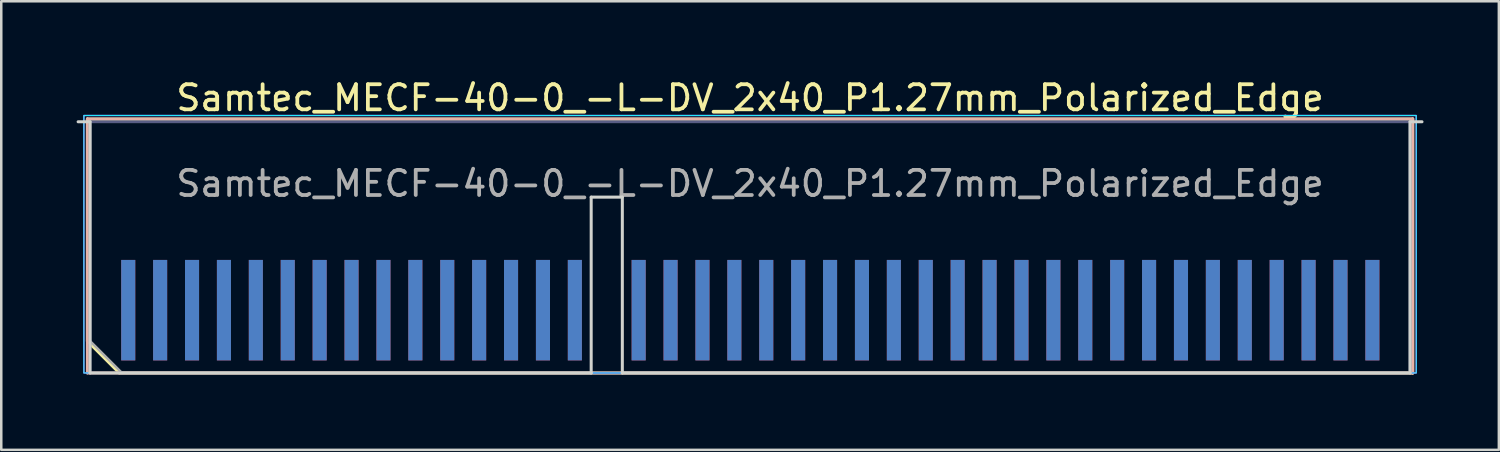
<source format=kicad_pcb>
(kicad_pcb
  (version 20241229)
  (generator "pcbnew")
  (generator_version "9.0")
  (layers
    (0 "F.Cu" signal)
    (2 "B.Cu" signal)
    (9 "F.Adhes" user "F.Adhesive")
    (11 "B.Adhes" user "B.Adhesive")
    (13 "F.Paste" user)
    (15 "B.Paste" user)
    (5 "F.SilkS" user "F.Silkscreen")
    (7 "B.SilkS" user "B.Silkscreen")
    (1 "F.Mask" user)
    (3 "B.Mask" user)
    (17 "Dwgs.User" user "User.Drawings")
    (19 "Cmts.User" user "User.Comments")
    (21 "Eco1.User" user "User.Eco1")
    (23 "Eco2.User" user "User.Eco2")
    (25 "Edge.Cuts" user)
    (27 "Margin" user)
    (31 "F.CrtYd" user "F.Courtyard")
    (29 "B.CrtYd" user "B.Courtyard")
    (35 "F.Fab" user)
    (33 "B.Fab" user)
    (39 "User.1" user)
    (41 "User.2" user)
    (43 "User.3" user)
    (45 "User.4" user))
  (footprint "Samtec_MECF-40-0_-L-DV_2x40_P1.27mm_Polarized_Edge"
    (layer "F.Cu")
    (at 26.81 6.798)
    (property "Reference" "Samtec_MECF-40-0_-L-DV_2x40_P1.27mm_Polarized_Edge" (at 0 -5.95 0) (layer "F.SilkS") (effects (font (size 1 1) (thickness 0.15))))
    (attr exclude_from_pos_files exclude_from_bom)
    (fp_line (start -26.38 -5.11) (end 26.38 -5.11) (stroke (width 0.12) (type solid)) (layer "F.SilkS"))
    (fp_line (start -26.38 3.73) (end -26.38 -5.11) (stroke (width 0.12) (type solid)) (layer "F.SilkS"))
    (fp_line (start -25.11 5) (end -26.38 3.73) (stroke (width 0.12) (type solid)) (layer "F.SilkS"))
    (fp_line (start -25.11 5) (end 26.38 5) (stroke (width 0.12) (type solid)) (layer "F.SilkS"))
    (fp_line (start 26.38 5) (end 26.38 -5.11) (stroke (width 0.12) (type solid)) (layer "F.SilkS"))
    (fp_line (start -26.38 -5.11) (end 26.38 -5.11) (stroke (width 0.12) (type solid)) (layer "B.SilkS"))
    (fp_line (start -26.38 5) (end -26.38 -5.11) (stroke (width 0.12) (type solid)) (layer "B.SilkS"))
    (fp_line (start -26.38 5) (end 26.38 5) (stroke (width 0.12) (type solid)) (layer "B.SilkS"))
    (fp_line (start 26.38 5) (end 26.38 -5.11) (stroke (width 0.12) (type solid)) (layer "B.SilkS"))
    (fp_line (start -26.75 -5) (end -26.275 -5) (stroke (width 0.12) (type solid)) (layer "Edge.Cuts"))
    (fp_line (start -26.275 5) (end -26.275 -5) (stroke (width 0.12) (type solid)) (layer "Edge.Cuts"))
    (fp_line (start -26.275 5) (end -6.325 5) (stroke (width 0.12) (type solid)) (layer "Edge.Cuts"))
    (fp_line (start -6.325 -2) (end -5.085 -2) (stroke (width 0.12) (type solid)) (layer "Edge.Cuts"))
    (fp_line (start -6.325 5) (end -6.325 -2) (stroke (width 0.12) (type solid)) (layer "Edge.Cuts"))
    (fp_line (start -5.085 5) (end -5.085 -2) (stroke (width 0.12) (type solid)) (layer "Edge.Cuts"))
    (fp_line (start -5.085 5) (end 26.275 5) (stroke (width 0.12) (type solid)) (layer "Edge.Cuts"))
    (fp_line (start 26.275 5) (end 26.275 -5) (stroke (width 0.12) (type solid)) (layer "Edge.Cuts"))
    (fp_line (start 26.75 -5) (end 26.275 -5) (stroke (width 0.12) (type solid)) (layer "Edge.Cuts"))
    (fp_rect (start -26.52 -5.25) (end 26.52 5) (stroke (width 0.05) (type solid)) (fill no) (layer "B.CrtYd"))
    (fp_rect (start -26.52 -5.25) (end 26.52 5) (stroke (width 0.05) (type solid)) (fill no) (layer "F.CrtYd"))
    (fp_line (start -26.275 -5) (end 26.275 -5) (stroke (width 0.1) (type solid)) (layer "B.Fab"))
    (fp_line (start -26.275 5) (end -26.275 -5) (stroke (width 0.1) (type solid)) (layer "B.Fab"))
    (fp_line (start -26.275 5) (end 26.275 5) (stroke (width 0.1) (type solid)) (layer "B.Fab"))
    (fp_line (start 26.275 5) (end 26.275 -5) (stroke (width 0.1) (type solid)) (layer "B.Fab"))
    (fp_line (start -26.275 -5) (end 26.275 -5) (stroke (width 0.1) (type solid)) (layer "F.Fab"))
    (fp_line (start -26.275 3.73) (end -26.275 -5) (stroke (width 0.1) (type solid)) (layer "F.Fab"))
    (fp_line (start -26.275 3.73) (end -25.005 5) (stroke (width 0.1) (type solid)) (layer "F.Fab"))
    (fp_line (start -25.005 5) (end 26.275 5) (stroke (width 0.1) (type solid)) (layer "F.Fab"))
    (fp_line (start 26.275 5) (end 26.275 -5) (stroke (width 0.1) (type solid)) (layer "F.Fab"))
    (fp_text user "${REFERENCE}" (at 0 -2.54 0) (layer "F.Fab") (effects (font (size 1 1) (thickness 0.15))))
    (pad "1" connect rect (at -24.755 2.5) (size 0.56 4) (layers "F.Cu" "F.Mask"))
    (pad "2" connect rect (at -24.755 2.5) (size 0.56 4) (layers "B.Cu" "B.Mask"))
    (pad "3" connect rect (at -23.485 2.5) (size 0.56 4) (layers "F.Cu" "F.Mask"))
    (pad "4" connect rect (at -23.485 2.5) (size 0.56 4) (layers "B.Cu" "B.Mask"))
    (pad "5" connect rect (at -22.215 2.5) (size 0.56 4) (layers "F.Cu" "F.Mask"))
    (pad "6" connect rect (at -22.215 2.5) (size 0.56 4) (layers "B.Cu" "B.Mask"))
    (pad "7" connect rect (at -20.945 2.5) (size 0.56 4) (layers "F.Cu" "F.Mask"))
    (pad "8" connect rect (at -20.945 2.5) (size 0.56 4) (layers "B.Cu" "B.Mask"))
    (pad "9" connect rect (at -19.675 2.5) (size 0.56 4) (layers "F.Cu" "F.Mask"))
    (pad "10" connect rect (at -19.675 2.5) (size 0.56 4) (layers "B.Cu" "B.Mask"))
    (pad "11" connect rect (at -18.405 2.5) (size 0.56 4) (layers "F.Cu" "F.Mask"))
    (pad "12" connect rect (at -18.405 2.5) (size 0.56 4) (layers "B.Cu" "B.Mask"))
    (pad "13" connect rect (at -17.135 2.5) (size 0.56 4) (layers "F.Cu" "F.Mask"))
    (pad "14" connect rect (at -17.135 2.5) (size 0.56 4) (layers "B.Cu" "B.Mask"))
    (pad "15" connect rect (at -15.865 2.5) (size 0.56 4) (layers "F.Cu" "F.Mask"))
    (pad "16" connect rect (at -15.865 2.5) (size 0.56 4) (layers "B.Cu" "B.Mask"))
    (pad "17" connect rect (at -14.595 2.5) (size 0.56 4) (layers "F.Cu" "F.Mask"))
    (pad "18" connect rect (at -14.595 2.5) (size 0.56 4) (layers "B.Cu" "B.Mask"))
    (pad "19" connect rect (at -13.325 2.5) (size 0.56 4) (layers "F.Cu" "F.Mask"))
    (pad "20" connect rect (at -13.325 2.5) (size 0.56 4) (layers "B.Cu" "B.Mask"))
    (pad "21" connect rect (at -12.055 2.5) (size 0.56 4) (layers "F.Cu" "F.Mask"))
    (pad "22" connect rect (at -12.055 2.5) (size 0.56 4) (layers "B.Cu" "B.Mask"))
    (pad "23" connect rect (at -10.785 2.5) (size 0.56 4) (layers "F.Cu" "F.Mask"))
    (pad "24" connect rect (at -10.785 2.5) (size 0.56 4) (layers "B.Cu" "B.Mask"))
    (pad "25" connect rect (at -9.515 2.5) (size 0.56 4) (layers "F.Cu" "F.Mask"))
    (pad "26" connect rect (at -9.515 2.5) (size 0.56 4) (layers "B.Cu" "B.Mask"))
    (pad "27" connect rect (at -8.245 2.5) (size 0.56 4) (layers "F.Cu" "F.Mask"))
    (pad "28" connect rect (at -8.245 2.5) (size 0.56 4) (layers "B.Cu" "B.Mask"))
    (pad "29" connect rect (at -6.975 2.5) (size 0.56 4) (layers "F.Cu" "F.Mask"))
    (pad "30" connect rect (at -6.975 2.5) (size 0.56 4) (layers "B.Cu" "B.Mask"))
    (pad "33" connect rect (at -4.435 2.5) (size 0.56 4) (layers "F.Cu" "F.Mask"))
    (pad "34" connect rect (at -4.435 2.5) (size 0.56 4) (layers "B.Cu" "B.Mask"))
    (pad "35" connect rect (at -3.165 2.5) (size 0.56 4) (layers "F.Cu" "F.Mask"))
    (pad "36" connect rect (at -3.165 2.5) (size 0.56 4) (layers "B.Cu" "B.Mask"))
    (pad "37" connect rect (at -1.895 2.5) (size 0.56 4) (layers "F.Cu" "F.Mask"))
    (pad "38" connect rect (at -1.895 2.5) (size 0.56 4) (layers "B.Cu" "B.Mask"))
    (pad "39" connect rect (at -0.625 2.5) (size 0.56 4) (layers "F.Cu" "F.Mask"))
    (pad "40" connect rect (at -0.625 2.5) (size 0.56 4) (layers "B.Cu" "B.Mask"))
    (pad "41" connect rect (at 0.645 2.5) (size 0.56 4) (layers "F.Cu" "F.Mask"))
    (pad "42" connect rect (at 0.645 2.5) (size 0.56 4) (layers "B.Cu" "B.Mask"))
    (pad "43" connect rect (at 1.915 2.5) (size 0.56 4) (layers "F.Cu" "F.Mask"))
    (pad "44" connect rect (at 1.915 2.5) (size 0.56 4) (layers "B.Cu" "B.Mask"))
    (pad "45" connect rect (at 3.185 2.5) (size 0.56 4) (layers "F.Cu" "F.Mask"))
    (pad "46" connect rect (at 3.185 2.5) (size 0.56 4) (layers "B.Cu" "B.Mask"))
    (pad "47" connect rect (at 4.455 2.5) (size 0.56 4) (layers "F.Cu" "F.Mask"))
    (pad "48" connect rect (at 4.455 2.5) (size 0.56 4) (layers "B.Cu" "B.Mask"))
    (pad "49" connect rect (at 5.725 2.5) (size 0.56 4) (layers "F.Cu" "F.Mask"))
    (pad "50" connect rect (at 5.725 2.5) (size 0.56 4) (layers "B.Cu" "B.Mask"))
    (pad "51" connect rect (at 6.995 2.5) (size 0.56 4) (layers "F.Cu" "F.Mask"))
    (pad "52" connect rect (at 6.995 2.5) (size 0.56 4) (layers "B.Cu" "B.Mask"))
    (pad "53" connect rect (at 8.265 2.5) (size 0.56 4) (layers "F.Cu" "F.Mask"))
    (pad "54" connect rect (at 8.265 2.5) (size 0.56 4) (layers "B.Cu" "B.Mask"))
    (pad "55" connect rect (at 9.535 2.5) (size 0.56 4) (layers "F.Cu" "F.Mask"))
    (pad "56" connect rect (at 9.535 2.5) (size 0.56 4) (layers "B.Cu" "B.Mask"))
    (pad "57" connect rect (at 10.805 2.5) (size 0.56 4) (layers "F.Cu" "F.Mask"))
    (pad "58" connect rect (at 10.805 2.5) (size 0.56 4) (layers "B.Cu" "B.Mask"))
    (pad "59" connect rect (at 12.075 2.5) (size 0.56 4) (layers "F.Cu" "F.Mask"))
    (pad "60" connect rect (at 12.075 2.5) (size 0.56 4) (layers "B.Cu" "B.Mask"))
    (pad "61" connect rect (at 13.345 2.5) (size 0.56 4) (layers "F.Cu" "F.Mask"))
    (pad "62" connect rect (at 13.345 2.5) (size 0.56 4) (layers "B.Cu" "B.Mask"))
    (pad "63" connect rect (at 14.615 2.5) (size 0.56 4) (layers "F.Cu" "F.Mask"))
    (pad "64" connect rect (at 14.615 2.5) (size 0.56 4) (layers "B.Cu" "B.Mask"))
    (pad "65" connect rect (at 15.885 2.5) (size 0.56 4) (layers "F.Cu" "F.Mask"))
    (pad "66" connect rect (at 15.885 2.5) (size 0.56 4) (layers "B.Cu" "B.Mask"))
    (pad "67" connect rect (at 17.155 2.5) (size 0.56 4) (layers "F.Cu" "F.Mask"))
    (pad "68" connect rect (at 17.155 2.5) (size 0.56 4) (layers "B.Cu" "B.Mask"))
    (pad "69" connect rect (at 18.425 2.5) (size 0.56 4) (layers "F.Cu" "F.Mask"))
    (pad "70" connect rect (at 18.425 2.5) (size 0.56 4) (layers "B.Cu" "B.Mask"))
    (pad "71" connect rect (at 19.695 2.5) (size 0.56 4) (layers "F.Cu" "F.Mask"))
    (pad "72" connect rect (at 19.695 2.5) (size 0.56 4) (layers "B.Cu" "B.Mask"))
    (pad "73" connect rect (at 20.965 2.5) (size 0.56 4) (layers "F.Cu" "F.Mask"))
    (pad "74" connect rect (at 20.965 2.5) (size 0.56 4) (layers "B.Cu" "B.Mask"))
    (pad "75" connect rect (at 22.235 2.5) (size 0.56 4) (layers "F.Cu" "F.Mask"))
    (pad "76" connect rect (at 22.235 2.5) (size 0.56 4) (layers "B.Cu" "B.Mask"))
    (pad "77" connect rect (at 23.505 2.5) (size 0.56 4) (layers "F.Cu" "F.Mask"))
    (pad "78" connect rect (at 23.505 2.5) (size 0.56 4) (layers "B.Cu" "B.Mask"))
    (pad "79" connect rect (at 24.775 2.5) (size 0.56 4) (layers "F.Cu" "F.Mask"))
    (pad "80" connect rect (at 24.775 2.5) (size 0.56 4) (layers "B.Cu" "B.Mask")))
  (gr_rect
    (start -3 -3)
    (end 56.62 14.858)
    (stroke (width 0.1) (type default))
    (fill no)
    (layer "Edge.Cuts")))
</source>
